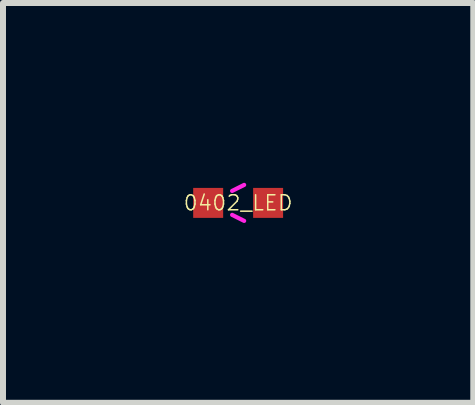
<source format=kicad_pcb>
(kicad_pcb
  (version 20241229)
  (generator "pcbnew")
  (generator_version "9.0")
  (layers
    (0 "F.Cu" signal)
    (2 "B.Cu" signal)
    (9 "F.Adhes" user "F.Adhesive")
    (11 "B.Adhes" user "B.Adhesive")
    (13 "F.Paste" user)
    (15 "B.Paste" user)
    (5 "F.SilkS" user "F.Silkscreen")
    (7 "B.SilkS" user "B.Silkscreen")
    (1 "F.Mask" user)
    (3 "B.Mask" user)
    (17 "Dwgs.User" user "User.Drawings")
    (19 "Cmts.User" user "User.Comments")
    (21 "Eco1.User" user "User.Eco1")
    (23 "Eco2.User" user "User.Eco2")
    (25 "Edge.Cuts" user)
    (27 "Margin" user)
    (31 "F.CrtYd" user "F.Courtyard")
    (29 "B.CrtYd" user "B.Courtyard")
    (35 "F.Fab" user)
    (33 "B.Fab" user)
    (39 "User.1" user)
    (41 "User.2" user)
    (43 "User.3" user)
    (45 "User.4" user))
  (footprint "0402_LED"
    (layer "F.Cu")
    (at 0.923 0.335)
    (property "Reference" "0402_LED" (at 0 0 0) (layer "F.SilkS") (effects (font (size 0.25 0.25) (thickness 0.025))))
    (attr smd)
    (fp_line (start -0.1 -0.2) (end 0.1 -0.3) (stroke (width 0.07) (type solid)) (layer "F.CrtYd"))
    (fp_line (start -0.1 0.2) (end 0.1 0.3) (stroke (width 0.07) (type solid)) (layer "F.CrtYd"))
    (pad "1" smd rect (at -0.5 0) (size 0.5 0.5) (layers "F.Cu" "F.Mask" "F.Paste"))
    (pad "2" smd rect (at 0.5 0) (size 0.5 0.5) (layers "F.Cu" "F.Mask" "F.Paste")))
  (gr_rect
    (start -3 -3)
    (end 4.846 3.67)
    (stroke (width 0.1) (type default))
    (fill no)
    (layer "Edge.Cuts")))
</source>
